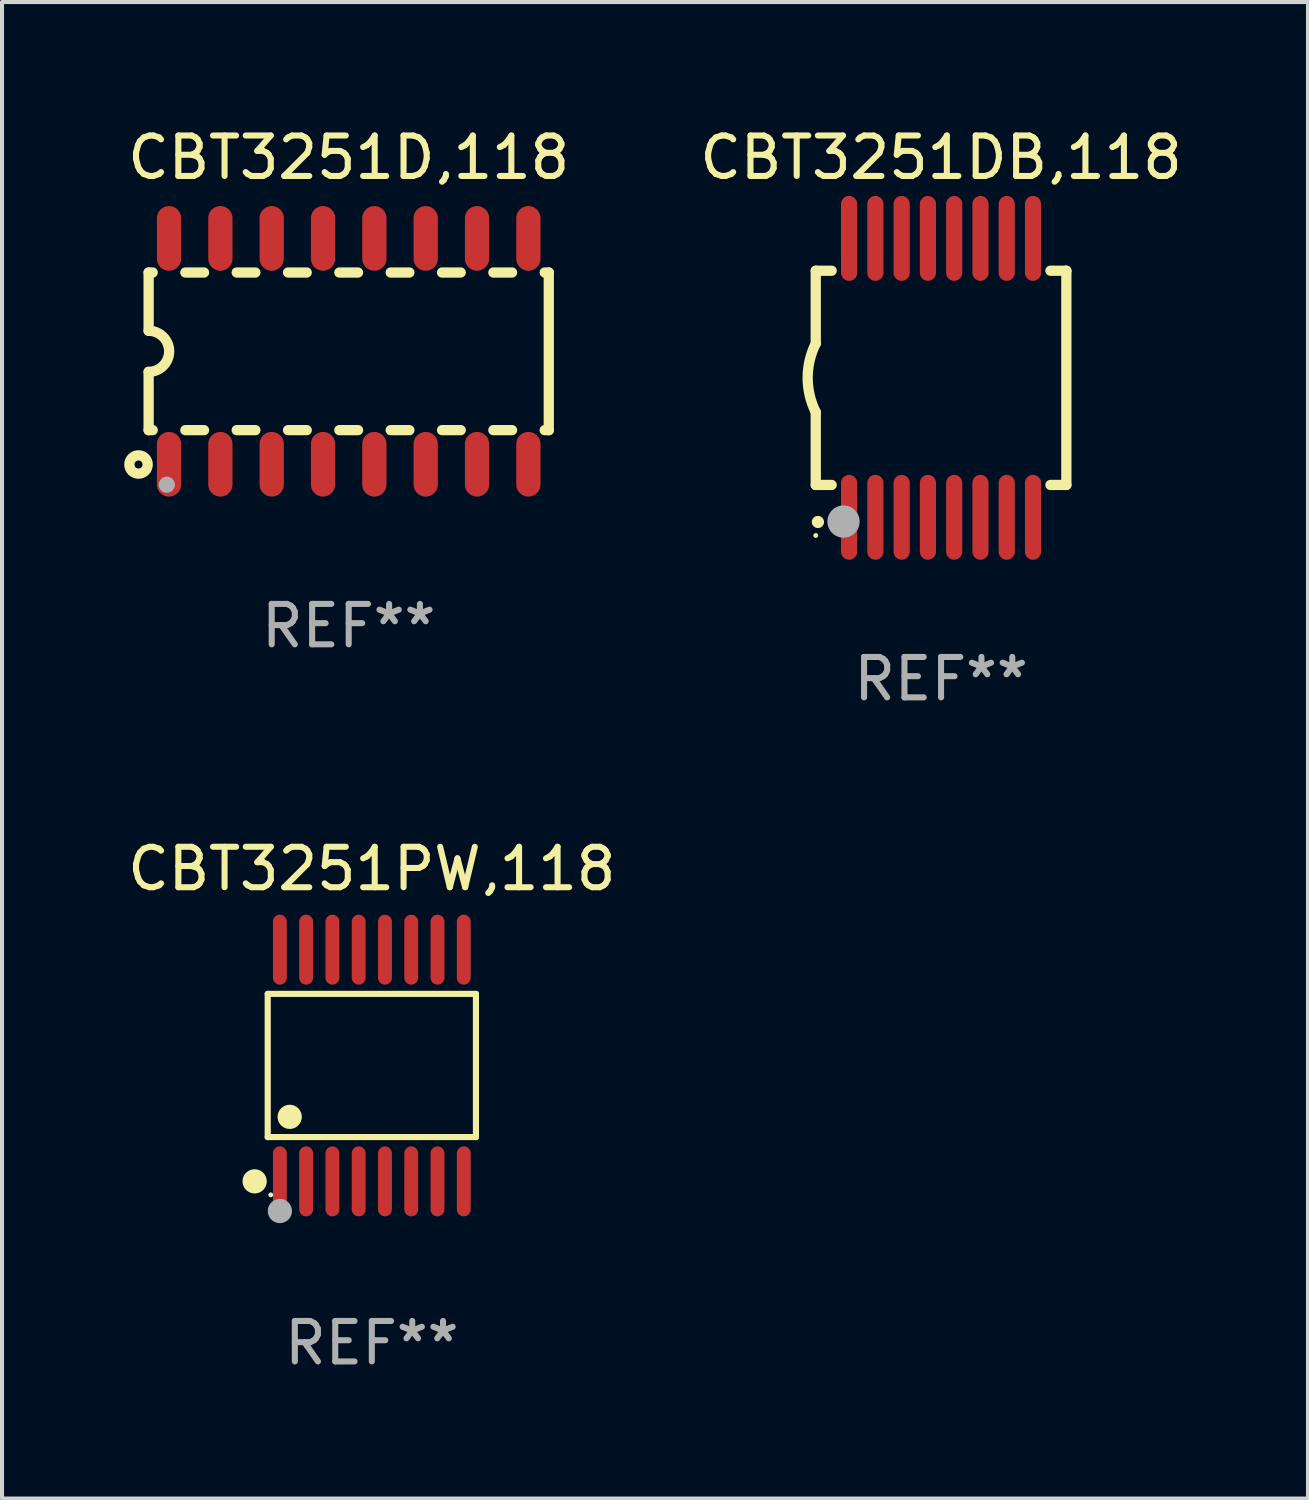
<source format=kicad_pcb>
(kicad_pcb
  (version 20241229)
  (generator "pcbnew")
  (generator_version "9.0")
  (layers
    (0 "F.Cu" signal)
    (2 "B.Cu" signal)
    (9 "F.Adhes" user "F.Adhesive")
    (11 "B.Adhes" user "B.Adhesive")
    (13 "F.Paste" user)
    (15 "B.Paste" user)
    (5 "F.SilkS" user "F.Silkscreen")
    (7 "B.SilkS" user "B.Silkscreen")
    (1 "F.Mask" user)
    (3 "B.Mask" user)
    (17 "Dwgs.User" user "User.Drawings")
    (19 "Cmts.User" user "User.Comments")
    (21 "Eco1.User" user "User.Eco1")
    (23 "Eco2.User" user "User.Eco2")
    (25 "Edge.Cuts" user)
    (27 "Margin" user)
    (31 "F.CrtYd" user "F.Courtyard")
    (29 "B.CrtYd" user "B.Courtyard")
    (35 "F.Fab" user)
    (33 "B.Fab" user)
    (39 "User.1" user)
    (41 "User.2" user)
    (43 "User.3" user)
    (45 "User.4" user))
  (footprint "CBT3251DB,118"
    (layer "F.Cu")
    (at 20.232 6.298)
    (property "Reference" "CBT3251DB,118" (at 0 -5.45 0) (layer "F.SilkS") (effects (font (size 1 1) (thickness 0.15))))
    (attr through_hole)
    (fp_line (start -3.1 -2.65) (end -3.1 -0.85) (stroke (width 0.254) (type solid)) (layer "F.SilkS"))
    (fp_line (start -3.1 -2.65) (end -2.706 -2.65) (stroke (width 0.254) (type solid)) (layer "F.SilkS"))
    (fp_line (start -3.1 2.65) (end -3.1 0.85) (stroke (width 0.254) (type solid)) (layer "F.SilkS"))
    (fp_line (start -3.1 2.65) (end -2.706 2.65) (stroke (width 0.254) (type solid)) (layer "F.SilkS"))
    (fp_line (start 2.706 -2.65) (end 3.1 -2.65) (stroke (width 0.254) (type solid)) (layer "F.SilkS"))
    (fp_line (start 2.706 2.65) (end 3.1 2.65) (stroke (width 0.254) (type solid)) (layer "F.SilkS"))
    (fp_line (start 3.1 -2.65) (end 3.1 2.65) (stroke (width 0.254) (type solid)) (layer "F.SilkS"))
    (fp_arc (start -3.098907 0.850902) (mid -3.300057 0.000523) (end -3.1 -0.850114) (stroke (width 0.254001) (type solid)) (layer "F.SilkS"))
    (fp_arc (start -3.048006 3.566066) (mid -3.046736 3.566061) (end -3.045466 3.566066) (stroke (width 0.3) (type solid)) (layer "F.SilkS"))
    (fp_circle (center -3.1 3.9) (end -3.07 3.9) (stroke (width 0.06) (type solid)) (fill no) (layer "F.SilkS"))
    (fp_circle (center -2.413 3.556) (end -2.213 3.556) (stroke (width 0.4) (type solid)) (fill no) (layer "F.Fab"))
    (fp_text user "REF**" (at 0 7.45 0) (layer "F.Fab") (effects (font (size 1 1) (thickness 0.15))))
    (pad "1" smd oval (at -2.275 3.45 180) (size 0.4 2.1) (layers "F.Cu" "F.Mask" "F.Paste"))
    (pad "2" smd oval (at -1.625 3.45 180) (size 0.4 2.1) (layers "F.Cu" "F.Mask" "F.Paste"))
    (pad "3" smd oval (at -0.975 3.45 180) (size 0.4 2.1) (layers "F.Cu" "F.Mask" "F.Paste"))
    (pad "4" smd oval (at -0.325 3.45 180) (size 0.4 2.1) (layers "F.Cu" "F.Mask" "F.Paste"))
    (pad "5" smd oval (at 0.325 3.45 180) (size 0.4 2.1) (layers "F.Cu" "F.Mask" "F.Paste"))
    (pad "6" smd oval (at 0.975 3.45 180) (size 0.4 2.1) (layers "F.Cu" "F.Mask" "F.Paste"))
    (pad "7" smd oval (at 1.625 3.45 180) (size 0.4 2.1) (layers "F.Cu" "F.Mask" "F.Paste"))
    (pad "8" smd oval (at 2.275 3.45 180) (size 0.4 2.1) (layers "F.Cu" "F.Mask" "F.Paste"))
    (pad "9" smd oval (at 2.275 -3.45 180) (size 0.4 2.1) (layers "F.Cu" "F.Mask" "F.Paste"))
    (pad "10" smd oval (at 1.625 -3.45 180) (size 0.4 2.1) (layers "F.Cu" "F.Mask" "F.Paste"))
    (pad "11" smd oval (at 0.975 -3.45 180) (size 0.4 2.1) (layers "F.Cu" "F.Mask" "F.Paste"))
    (pad "12" smd oval (at 0.325 -3.45 180) (size 0.4 2.1) (layers "F.Cu" "F.Mask" "F.Paste"))
    (pad "13" smd oval (at -0.325 -3.45 180) (size 0.4 2.1) (layers "F.Cu" "F.Mask" "F.Paste"))
    (pad "14" smd oval (at -0.975 -3.45 180) (size 0.4 2.1) (layers "F.Cu" "F.Mask" "F.Paste"))
    (pad "15" smd oval (at -1.625 -3.45 180) (size 0.4 2.1) (layers "F.Cu" "F.Mask" "F.Paste"))
    (pad "16" smd oval (at -2.275 -3.45 180) (size 0.4 2.1) (layers "F.Cu" "F.Mask" "F.Paste")))
  (footprint "CBT3251PW,118"
    (layer "F.Cu")
    (at 6.149 23.311)
    (property "Reference" "CBT3251PW,118" (at 0 -4.866 0) (layer "F.SilkS") (effects (font (size 1 1) (thickness 0.15))))
    (attr through_hole)
    (fp_line (start -2.576 -1.772) (end 2.576 -1.772) (stroke (width 0.152) (type solid)) (layer "F.SilkS"))
    (fp_line (start -2.576 1.771) (end -2.576 -1.772) (stroke (width 0.152) (type solid)) (layer "F.SilkS"))
    (fp_line (start 2.576 -1.772) (end 2.576 1.771) (stroke (width 0.152) (type solid)) (layer "F.SilkS"))
    (fp_line (start 2.576 1.771) (end -2.576 1.771) (stroke (width 0.152) (type solid)) (layer "F.SilkS"))
    (fp_circle (center -2.899 2.866) (end -2.749 2.866) (stroke (width 0.3) (type solid)) (fill no) (layer "F.SilkS"))
    (fp_circle (center -2.5 3.2) (end -2.47 3.2) (stroke (width 0.06) (type solid)) (fill no) (layer "F.SilkS"))
    (fp_circle (center -2.032 1.27) (end -1.882 1.27) (stroke (width 0.3) (type solid)) (fill no) (layer "F.SilkS"))
    (fp_circle (center -2.275 3.6) (end -2.125 3.6) (stroke (width 0.3) (type solid)) (fill no) (layer "F.Fab"))
    (fp_text user "REF**" (at 0 6.866 0) (layer "F.Fab") (effects (font (size 1 1) (thickness 0.15))))
    (pad "1" smd oval (at -2.275 2.866) (size 0.343 1.731) (layers "F.Cu" "F.Mask" "F.Paste"))
    (pad "2" smd oval (at -1.625 2.866) (size 0.343 1.731) (layers "F.Cu" "F.Mask" "F.Paste"))
    (pad "3" smd oval (at -0.975 2.866) (size 0.343 1.731) (layers "F.Cu" "F.Mask" "F.Paste"))
    (pad "4" smd oval (at -0.325 2.866) (size 0.343 1.731) (layers "F.Cu" "F.Mask" "F.Paste"))
    (pad "5" smd oval (at 0.325 2.866) (size 0.343 1.731) (layers "F.Cu" "F.Mask" "F.Paste"))
    (pad "6" smd oval (at 0.975 2.866) (size 0.343 1.731) (layers "F.Cu" "F.Mask" "F.Paste"))
    (pad "7" smd oval (at 1.625 2.866) (size 0.343 1.731) (layers "F.Cu" "F.Mask" "F.Paste"))
    (pad "8" smd oval (at 2.275 2.866) (size 0.343 1.731) (layers "F.Cu" "F.Mask" "F.Paste"))
    (pad "9" smd oval (at 2.275 -2.866) (size 0.343 1.731) (layers "F.Cu" "F.Mask" "F.Paste"))
    (pad "10" smd oval (at 1.625 -2.866) (size 0.343 1.731) (layers "F.Cu" "F.Mask" "F.Paste"))
    (pad "11" smd oval (at 0.975 -2.866) (size 0.343 1.731) (layers "F.Cu" "F.Mask" "F.Paste"))
    (pad "12" smd oval (at 0.325 -2.866) (size 0.343 1.731) (layers "F.Cu" "F.Mask" "F.Paste"))
    (pad "13" smd oval (at -0.325 -2.866) (size 0.343 1.731) (layers "F.Cu" "F.Mask" "F.Paste"))
    (pad "14" smd oval (at -0.975 -2.866) (size 0.343 1.731) (layers "F.Cu" "F.Mask" "F.Paste"))
    (pad "15" smd oval (at -1.625 -2.866) (size 0.343 1.731) (layers "F.Cu" "F.Mask" "F.Paste"))
    (pad "16" smd oval (at -2.275 -2.866) (size 0.343 1.731) (layers "F.Cu" "F.Mask" "F.Paste")))
  (footprint "CBT3251D,118"
    (layer "F.Cu")
    (at 5.577 5.642)
    (property "Reference" "CBT3251D,118" (at 0 -4.794 0) (layer "F.SilkS") (effects (font (size 1 1) (thickness 0.15))))
    (attr through_hole)
    (fp_line (start -4.95 -1.95) (end -4.95 -0.508) (stroke (width 0.254) (type solid)) (layer "F.SilkS"))
    (fp_line (start -4.95 -1.95) (end -4.849 -1.95) (stroke (width 0.254) (type solid)) (layer "F.SilkS"))
    (fp_line (start -4.95 1.95) (end -4.95 0.508) (stroke (width 0.254) (type solid)) (layer "F.SilkS"))
    (fp_line (start -4.95 1.95) (end -4.849 1.95) (stroke (width 0.254) (type solid)) (layer "F.SilkS"))
    (fp_line (start -4.041 -1.95) (end -3.579 -1.95) (stroke (width 0.254) (type solid)) (layer "F.SilkS"))
    (fp_line (start -4.041 1.95) (end -3.579 1.95) (stroke (width 0.254) (type solid)) (layer "F.SilkS"))
    (fp_line (start -2.771 -1.95) (end -2.309 -1.95) (stroke (width 0.254) (type solid)) (layer "F.SilkS"))
    (fp_line (start -2.771 1.95) (end -2.309 1.95) (stroke (width 0.254) (type solid)) (layer "F.SilkS"))
    (fp_line (start -1.501 -1.95) (end -1.039 -1.95) (stroke (width 0.254) (type solid)) (layer "F.SilkS"))
    (fp_line (start -1.501 1.95) (end -1.039 1.95) (stroke (width 0.254) (type solid)) (layer "F.SilkS"))
    (fp_line (start -0.231 -1.95) (end 0.231 -1.95) (stroke (width 0.254) (type solid)) (layer "F.SilkS"))
    (fp_line (start -0.231 1.95) (end 0.231 1.95) (stroke (width 0.254) (type solid)) (layer "F.SilkS"))
    (fp_line (start 1.039 -1.95) (end 1.501 -1.95) (stroke (width 0.254) (type solid)) (layer "F.SilkS"))
    (fp_line (start 1.039 1.95) (end 1.501 1.95) (stroke (width 0.254) (type solid)) (layer "F.SilkS"))
    (fp_line (start 2.309 -1.95) (end 2.771 -1.95) (stroke (width 0.254) (type solid)) (layer "F.SilkS"))
    (fp_line (start 2.309 1.95) (end 2.771 1.95) (stroke (width 0.254) (type solid)) (layer "F.SilkS"))
    (fp_line (start 3.579 -1.95) (end 4.041 -1.95) (stroke (width 0.254) (type solid)) (layer "F.SilkS"))
    (fp_line (start 3.579 1.95) (end 4.041 1.95) (stroke (width 0.254) (type solid)) (layer "F.SilkS"))
    (fp_line (start 4.849 -1.95) (end 4.95 -1.95) (stroke (width 0.254) (type solid)) (layer "F.SilkS"))
    (fp_line (start 4.849 1.95) (end 4.95 1.95) (stroke (width 0.254) (type solid)) (layer "F.SilkS"))
    (fp_line (start 4.95 -1.95) (end 4.95 1.95) (stroke (width 0.254) (type solid)) (layer "F.SilkS"))
    (fp_arc (start -4.95047 -0.508001) (mid -4.442469 -0.000228) (end -4.950013 0.508001) (stroke (width 0.254001) (type solid)) (layer "F.SilkS"))
    (fp_circle (center -5.2 2.8) (end -5.1 2.8) (stroke (width 0.254) (type solid)) (fill no) (layer "F.SilkS"))
    (fp_circle (center -4.95 2.947) (end -4.92 2.947) (stroke (width 0.06) (type solid)) (fill no) (layer "F.SilkS"))
    (fp_circle (center -4.5 3.3) (end -4.4 3.3) (stroke (width 0.2) (type solid)) (fill no) (layer "F.Fab"))
    (fp_text user "REF**" (at 0 6.794 0) (layer "F.Fab") (effects (font (size 1 1) (thickness 0.15))))
    (pad "1" smd oval (at -4.445 2.794) (size 0.6 1.6) (layers "F.Cu" "F.Mask" "F.Paste"))
    (pad "2" smd oval (at -3.175 2.794) (size 0.6 1.6) (layers "F.Cu" "F.Mask" "F.Paste"))
    (pad "3" smd oval (at -1.905 2.794) (size 0.6 1.6) (layers "F.Cu" "F.Mask" "F.Paste"))
    (pad "4" smd oval (at -0.635 2.794) (size 0.6 1.6) (layers "F.Cu" "F.Mask" "F.Paste"))
    (pad "5" smd oval (at 0.635 2.794) (size 0.6 1.6) (layers "F.Cu" "F.Mask" "F.Paste"))
    (pad "6" smd oval (at 1.905 2.794) (size 0.6 1.6) (layers "F.Cu" "F.Mask" "F.Paste"))
    (pad "7" smd oval (at 3.175 2.794) (size 0.6 1.6) (layers "F.Cu" "F.Mask" "F.Paste"))
    (pad "8" smd oval (at 4.445 2.794) (size 0.6 1.6) (layers "F.Cu" "F.Mask" "F.Paste"))
    (pad "9" smd oval (at 4.445 -2.794) (size 0.6 1.6) (layers "F.Cu" "F.Mask" "F.Paste"))
    (pad "10" smd oval (at 3.175 -2.794) (size 0.6 1.6) (layers "F.Cu" "F.Mask" "F.Paste"))
    (pad "11" smd oval (at 1.905 -2.794) (size 0.6 1.6) (layers "F.Cu" "F.Mask" "F.Paste"))
    (pad "12" smd oval (at 0.635 -2.794) (size 0.6 1.6) (layers "F.Cu" "F.Mask" "F.Paste"))
    (pad "13" smd oval (at -0.635 -2.794) (size 0.6 1.6) (layers "F.Cu" "F.Mask" "F.Paste"))
    (pad "14" smd oval (at -1.905 -2.794) (size 0.6 1.6) (layers "F.Cu" "F.Mask" "F.Paste"))
    (pad "15" smd oval (at -3.175 -2.794) (size 0.6 1.6) (layers "F.Cu" "F.Mask" "F.Paste"))
    (pad "16" smd oval (at -4.445 -2.794) (size 0.6 1.6) (layers "F.Cu" "F.Mask" "F.Paste")))
  (gr_rect
    (start -3 -3)
    (end 29.31 34.025)
    (stroke (width 0.1) (type default))
    (fill no)
    (layer "Edge.Cuts")))
</source>
